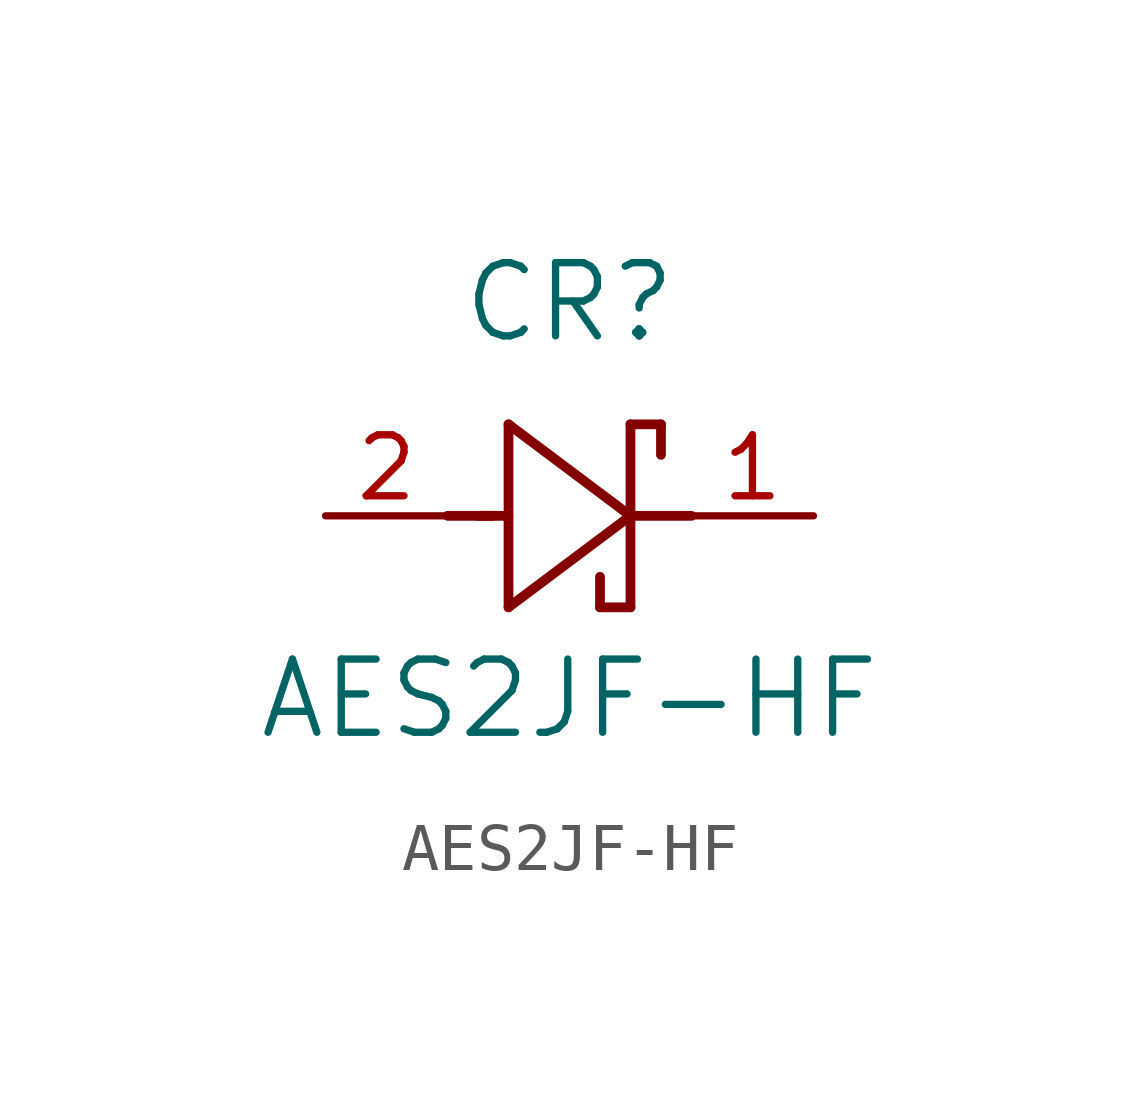
<source format=kicad_sym>
(kicad_symbol_lib
  (version 20211014)
  (generator kicad_symbol_editor)
  (symbol "AES2JF-HF"
    (pin_names
      (offset 0.254))
    (property "Reference" "CR"
      (at 5.08 4.445 0)
      (effects (font (size 1.524 1.524))))
    (property "Value" "AES2JF-HF"
      (at 5.08 -3.81 0)
      (effects (font (size 1.524 1.524))))
    (symbol "AES2JF-HF_0_1"
      (polyline (pts (xy 2.54 0) (xy 3.48 0)) (stroke (width 0.203) (type default) (color 0 0 0 0)) (fill (type none)))
      (polyline (pts (xy 3.175 0) (xy 3.81 0)) (stroke (width 0.203) (type default) (color 0 0 0 0)) (fill (type none)))
      (polyline (pts (xy 3.81 -1.905) (xy 6.35 0)) (stroke (width 0.203) (type default) (color 0 0 0 0)) (fill (type none)))
      (polyline (pts (xy 6.35 -1.905) (xy 5.715 -1.905)) (stroke (width 0.203) (type default) (color 0 0 0 0)) (fill (type none)))
      (polyline (pts (xy 6.35 1.905) (xy 6.985 1.905)) (stroke (width 0.203) (type default) (color 0 0 0 0)) (fill (type none)))
      (polyline (pts (xy 3.81 1.905) (xy 3.81 -1.905)) (stroke (width 0.203) (type default) (color 0 0 0 0)) (fill (type none)))
      (polyline (pts (xy 6.35 -1.905) (xy 6.35 1.905)) (stroke (width 0.203) (type default) (color 0 0 0 0)) (fill (type none)))
      (polyline (pts (xy 6.35 0) (xy 3.81 1.905)) (stroke (width 0.203) (type default) (color 0 0 0 0)) (fill (type none)))
      (polyline (pts (xy 6.35 0) (xy 7.62 0)) (stroke (width 0.203) (type default) (color 0 0 0 0)) (fill (type none)))
      (polyline (pts (xy 6.985 1.905) (xy 6.985 1.27)) (stroke (width 0.203) (type default) (color 0 0 0 0)) (fill (type none)))
      (polyline (pts (xy 5.715 -1.905) (xy 5.715 -1.27)) (stroke (width 0.203) (type default) (color 0 0 0 0)) (fill (type none)))
      (pin unspecified line (at 10.16 0 180) (length 2.54) (name "" (effects (font (size 1.27 1.27)))) (number "1" (effects (font (size 1.27 1.27)))))
      (pin unspecified line (at 0 0 0) (length 2.54) (name "" (effects (font (size 1.27 1.27)))) (number "2" (effects (font (size 1.27 1.27))))))))
</source>
